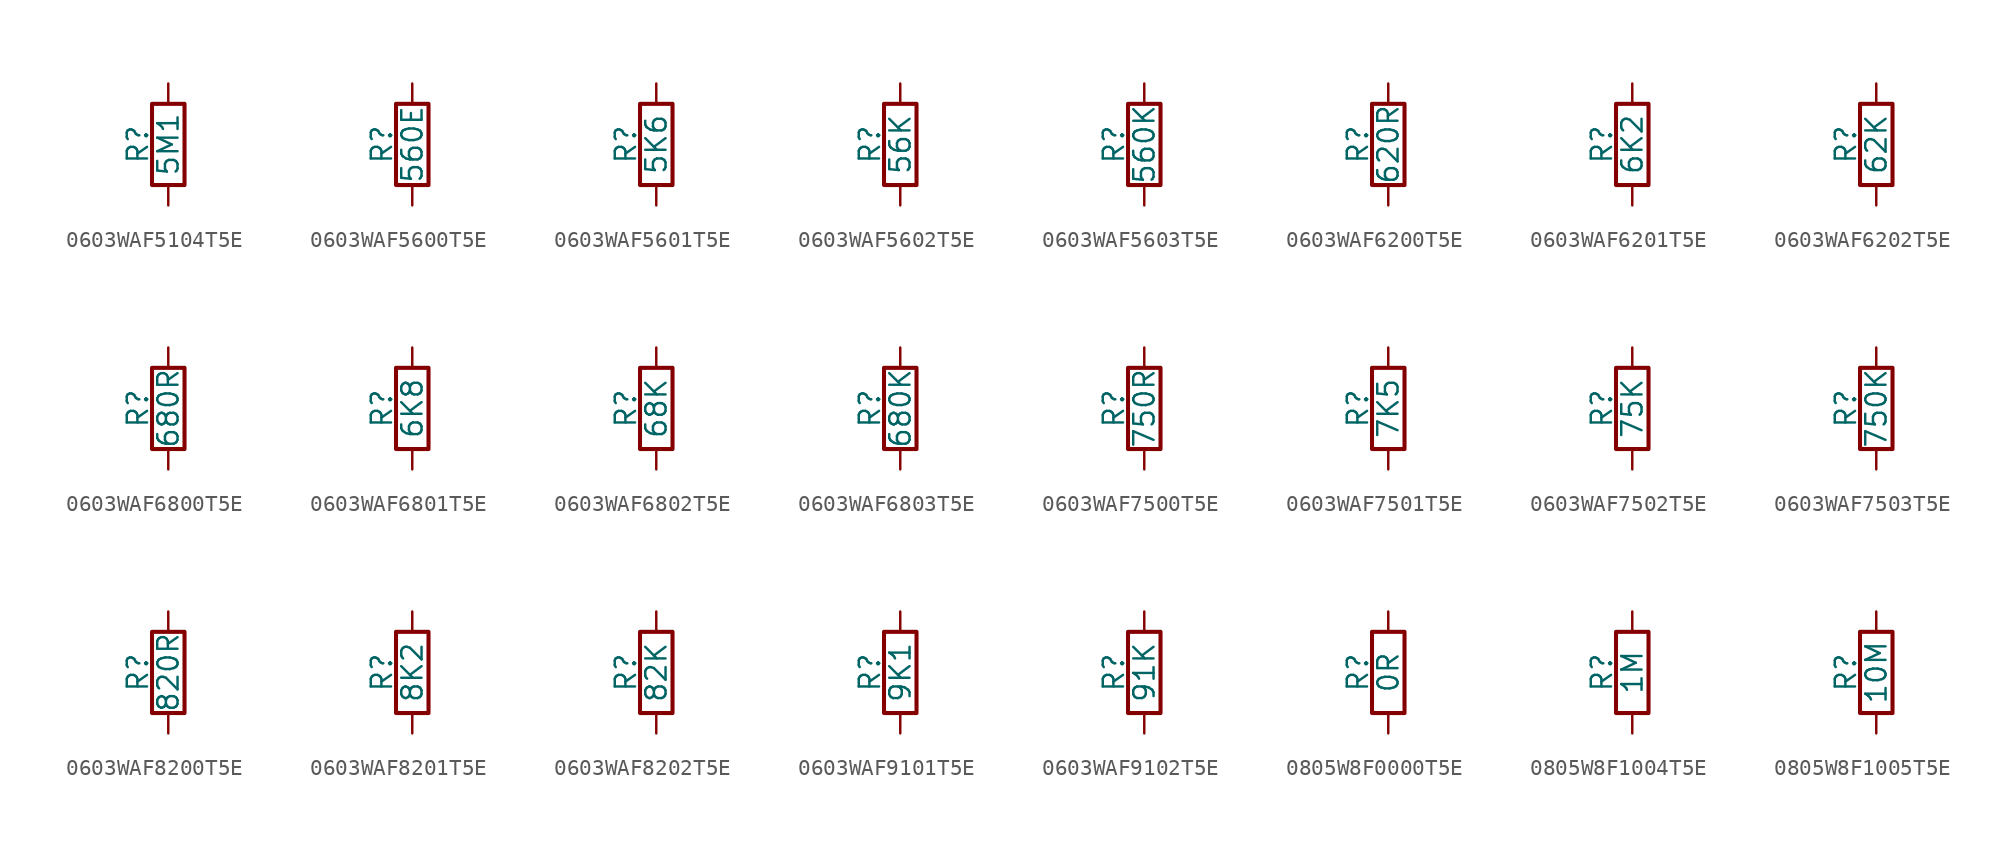
<source format=kicad_sym>
(kicad_symbol_lib
  (version 20211014)
  (generator conandllu_kicad_symbol_generator_20230404_23:29:43)
  (symbol "0603WAF5104T5E"
    (pin_numbers hide)
    (pin_names
      (offset 0))
    (property "Reference" "R"
      (at -1.905 0 90)
      (effects (font (size 1.27 1.27))))
    (property "Value" "5M1"
      (at 0 0 90)
      (effects (font (size 1.27 1.27))))
    (symbol "0603WAF5104T5E_0_1"
      (rectangle (start -1.016 -2.54) (end 1.016 2.54) (stroke (width 0.254) (type default) (color 0 0 0 0)) (fill (type none))))
    (symbol "0603WAF5104T5E_1_1"
      (pin passive line (at 0 3.81 270) (length 1.27) (name "~" (effects (font (size 1.27 1.27)))) (number "1" (effects (font (size 1.27 1.27)))))
      (pin passive line (at 0 -3.81 90) (length 1.27) (name "~" (effects (font (size 1.27 1.27)))) (number "2" (effects (font (size 1.27 1.27)))))))
  (symbol "0603WAF5600T5E"
    (pin_numbers hide)
    (pin_names
      (offset 0))
    (property "Reference" "R"
      (at -1.905 0 90)
      (effects (font (size 1.27 1.27))))
    (property "Value" "560E"
      (at 0 0 90)
      (effects (font (size 1.27 1.27))))
    (symbol "0603WAF5600T5E_0_1"
      (rectangle (start -1.016 -2.54) (end 1.016 2.54) (stroke (width 0.254) (type default) (color 0 0 0 0)) (fill (type none))))
    (symbol "0603WAF5600T5E_1_1"
      (pin passive line (at 0 3.81 270) (length 1.27) (name "~" (effects (font (size 1.27 1.27)))) (number "1" (effects (font (size 1.27 1.27)))))
      (pin passive line (at 0 -3.81 90) (length 1.27) (name "~" (effects (font (size 1.27 1.27)))) (number "2" (effects (font (size 1.27 1.27)))))))
  (symbol "0603WAF5601T5E"
    (pin_numbers hide)
    (pin_names
      (offset 0))
    (property "Reference" "R"
      (at -1.905 0 90)
      (effects (font (size 1.27 1.27))))
    (property "Value" "5K6"
      (at 0 0 90)
      (effects (font (size 1.27 1.27))))
    (symbol "0603WAF5601T5E_0_1"
      (rectangle (start -1.016 -2.54) (end 1.016 2.54) (stroke (width 0.254) (type default) (color 0 0 0 0)) (fill (type none))))
    (symbol "0603WAF5601T5E_1_1"
      (pin passive line (at 0 3.81 270) (length 1.27) (name "~" (effects (font (size 1.27 1.27)))) (number "1" (effects (font (size 1.27 1.27)))))
      (pin passive line (at 0 -3.81 90) (length 1.27) (name "~" (effects (font (size 1.27 1.27)))) (number "2" (effects (font (size 1.27 1.27)))))))
  (symbol "0603WAF5602T5E"
    (pin_numbers hide)
    (pin_names
      (offset 0))
    (property "Reference" "R"
      (at -1.905 0 90)
      (effects (font (size 1.27 1.27))))
    (property "Value" "56K"
      (at 0 0 90)
      (effects (font (size 1.27 1.27))))
    (symbol "0603WAF5602T5E_0_1"
      (rectangle (start -1.016 -2.54) (end 1.016 2.54) (stroke (width 0.254) (type default) (color 0 0 0 0)) (fill (type none))))
    (symbol "0603WAF5602T5E_1_1"
      (pin passive line (at 0 3.81 270) (length 1.27) (name "~" (effects (font (size 1.27 1.27)))) (number "1" (effects (font (size 1.27 1.27)))))
      (pin passive line (at 0 -3.81 90) (length 1.27) (name "~" (effects (font (size 1.27 1.27)))) (number "2" (effects (font (size 1.27 1.27)))))))
  (symbol "0603WAF5603T5E"
    (pin_numbers hide)
    (pin_names
      (offset 0))
    (property "Reference" "R"
      (at -1.905 0 90)
      (effects (font (size 1.27 1.27))))
    (property "Value" "560K"
      (at 0 0 90)
      (effects (font (size 1.27 1.27))))
    (symbol "0603WAF5603T5E_0_1"
      (rectangle (start -1.016 -2.54) (end 1.016 2.54) (stroke (width 0.254) (type default) (color 0 0 0 0)) (fill (type none))))
    (symbol "0603WAF5603T5E_1_1"
      (pin passive line (at 0 3.81 270) (length 1.27) (name "~" (effects (font (size 1.27 1.27)))) (number "1" (effects (font (size 1.27 1.27)))))
      (pin passive line (at 0 -3.81 90) (length 1.27) (name "~" (effects (font (size 1.27 1.27)))) (number "2" (effects (font (size 1.27 1.27)))))))
  (symbol "0603WAF6200T5E"
    (pin_numbers hide)
    (pin_names
      (offset 0))
    (property "Reference" "R"
      (at -1.905 0 90)
      (effects (font (size 1.27 1.27))))
    (property "Value" "620R"
      (at 0 0 90)
      (effects (font (size 1.27 1.27))))
    (symbol "0603WAF6200T5E_0_1"
      (rectangle (start -1.016 -2.54) (end 1.016 2.54) (stroke (width 0.254) (type default) (color 0 0 0 0)) (fill (type none))))
    (symbol "0603WAF6200T5E_1_1"
      (pin passive line (at 0 3.81 270) (length 1.27) (name "~" (effects (font (size 1.27 1.27)))) (number "1" (effects (font (size 1.27 1.27)))))
      (pin passive line (at 0 -3.81 90) (length 1.27) (name "~" (effects (font (size 1.27 1.27)))) (number "2" (effects (font (size 1.27 1.27)))))))
  (symbol "0603WAF6201T5E"
    (pin_numbers hide)
    (pin_names
      (offset 0))
    (property "Reference" "R"
      (at -1.905 0 90)
      (effects (font (size 1.27 1.27))))
    (property "Value" "6K2"
      (at 0 0 90)
      (effects (font (size 1.27 1.27))))
    (symbol "0603WAF6201T5E_0_1"
      (rectangle (start -1.016 -2.54) (end 1.016 2.54) (stroke (width 0.254) (type default) (color 0 0 0 0)) (fill (type none))))
    (symbol "0603WAF6201T5E_1_1"
      (pin passive line (at 0 3.81 270) (length 1.27) (name "~" (effects (font (size 1.27 1.27)))) (number "1" (effects (font (size 1.27 1.27)))))
      (pin passive line (at 0 -3.81 90) (length 1.27) (name "~" (effects (font (size 1.27 1.27)))) (number "2" (effects (font (size 1.27 1.27)))))))
  (symbol "0603WAF6202T5E"
    (pin_numbers hide)
    (pin_names
      (offset 0))
    (property "Reference" "R"
      (at -1.905 0 90)
      (effects (font (size 1.27 1.27))))
    (property "Value" "62K"
      (at 0 0 90)
      (effects (font (size 1.27 1.27))))
    (symbol "0603WAF6202T5E_0_1"
      (rectangle (start -1.016 -2.54) (end 1.016 2.54) (stroke (width 0.254) (type default) (color 0 0 0 0)) (fill (type none))))
    (symbol "0603WAF6202T5E_1_1"
      (pin passive line (at 0 3.81 270) (length 1.27) (name "~" (effects (font (size 1.27 1.27)))) (number "1" (effects (font (size 1.27 1.27)))))
      (pin passive line (at 0 -3.81 90) (length 1.27) (name "~" (effects (font (size 1.27 1.27)))) (number "2" (effects (font (size 1.27 1.27)))))))
  (symbol "0603WAF6800T5E"
    (pin_numbers hide)
    (pin_names
      (offset 0))
    (property "Reference" "R"
      (at -1.905 0 90)
      (effects (font (size 1.27 1.27))))
    (property "Value" "680R"
      (at 0 0 90)
      (effects (font (size 1.27 1.27))))
    (symbol "0603WAF6800T5E_0_1"
      (rectangle (start -1.016 -2.54) (end 1.016 2.54) (stroke (width 0.254) (type default) (color 0 0 0 0)) (fill (type none))))
    (symbol "0603WAF6800T5E_1_1"
      (pin passive line (at 0 3.81 270) (length 1.27) (name "~" (effects (font (size 1.27 1.27)))) (number "1" (effects (font (size 1.27 1.27)))))
      (pin passive line (at 0 -3.81 90) (length 1.27) (name "~" (effects (font (size 1.27 1.27)))) (number "2" (effects (font (size 1.27 1.27)))))))
  (symbol "0603WAF6801T5E"
    (pin_numbers hide)
    (pin_names
      (offset 0))
    (property "Reference" "R"
      (at -1.905 0 90)
      (effects (font (size 1.27 1.27))))
    (property "Value" "6K8"
      (at 0 0 90)
      (effects (font (size 1.27 1.27))))
    (symbol "0603WAF6801T5E_0_1"
      (rectangle (start -1.016 -2.54) (end 1.016 2.54) (stroke (width 0.254) (type default) (color 0 0 0 0)) (fill (type none))))
    (symbol "0603WAF6801T5E_1_1"
      (pin passive line (at 0 3.81 270) (length 1.27) (name "~" (effects (font (size 1.27 1.27)))) (number "1" (effects (font (size 1.27 1.27)))))
      (pin passive line (at 0 -3.81 90) (length 1.27) (name "~" (effects (font (size 1.27 1.27)))) (number "2" (effects (font (size 1.27 1.27)))))))
  (symbol "0603WAF6802T5E"
    (pin_numbers hide)
    (pin_names
      (offset 0))
    (property "Reference" "R"
      (at -1.905 0 90)
      (effects (font (size 1.27 1.27))))
    (property "Value" "68K"
      (at 0 0 90)
      (effects (font (size 1.27 1.27))))
    (symbol "0603WAF6802T5E_0_1"
      (rectangle (start -1.016 -2.54) (end 1.016 2.54) (stroke (width 0.254) (type default) (color 0 0 0 0)) (fill (type none))))
    (symbol "0603WAF6802T5E_1_1"
      (pin passive line (at 0 3.81 270) (length 1.27) (name "~" (effects (font (size 1.27 1.27)))) (number "1" (effects (font (size 1.27 1.27)))))
      (pin passive line (at 0 -3.81 90) (length 1.27) (name "~" (effects (font (size 1.27 1.27)))) (number "2" (effects (font (size 1.27 1.27)))))))
  (symbol "0603WAF6803T5E"
    (pin_numbers hide)
    (pin_names
      (offset 0))
    (property "Reference" "R"
      (at -1.905 0 90)
      (effects (font (size 1.27 1.27))))
    (property "Value" "680K"
      (at 0 0 90)
      (effects (font (size 1.27 1.27))))
    (symbol "0603WAF6803T5E_0_1"
      (rectangle (start -1.016 -2.54) (end 1.016 2.54) (stroke (width 0.254) (type default) (color 0 0 0 0)) (fill (type none))))
    (symbol "0603WAF6803T5E_1_1"
      (pin passive line (at 0 3.81 270) (length 1.27) (name "~" (effects (font (size 1.27 1.27)))) (number "1" (effects (font (size 1.27 1.27)))))
      (pin passive line (at 0 -3.81 90) (length 1.27) (name "~" (effects (font (size 1.27 1.27)))) (number "2" (effects (font (size 1.27 1.27)))))))
  (symbol "0603WAF7500T5E"
    (pin_numbers hide)
    (pin_names
      (offset 0))
    (property "Reference" "R"
      (at -1.905 0 90)
      (effects (font (size 1.27 1.27))))
    (property "Value" "750R"
      (at 0 0 90)
      (effects (font (size 1.27 1.27))))
    (symbol "0603WAF7500T5E_0_1"
      (rectangle (start -1.016 -2.54) (end 1.016 2.54) (stroke (width 0.254) (type default) (color 0 0 0 0)) (fill (type none))))
    (symbol "0603WAF7500T5E_1_1"
      (pin passive line (at 0 3.81 270) (length 1.27) (name "~" (effects (font (size 1.27 1.27)))) (number "1" (effects (font (size 1.27 1.27)))))
      (pin passive line (at 0 -3.81 90) (length 1.27) (name "~" (effects (font (size 1.27 1.27)))) (number "2" (effects (font (size 1.27 1.27)))))))
  (symbol "0603WAF7501T5E"
    (pin_numbers hide)
    (pin_names
      (offset 0))
    (property "Reference" "R"
      (at -1.905 0 90)
      (effects (font (size 1.27 1.27))))
    (property "Value" "7K5"
      (at 0 0 90)
      (effects (font (size 1.27 1.27))))
    (symbol "0603WAF7501T5E_0_1"
      (rectangle (start -1.016 -2.54) (end 1.016 2.54) (stroke (width 0.254) (type default) (color 0 0 0 0)) (fill (type none))))
    (symbol "0603WAF7501T5E_1_1"
      (pin passive line (at 0 3.81 270) (length 1.27) (name "~" (effects (font (size 1.27 1.27)))) (number "1" (effects (font (size 1.27 1.27)))))
      (pin passive line (at 0 -3.81 90) (length 1.27) (name "~" (effects (font (size 1.27 1.27)))) (number "2" (effects (font (size 1.27 1.27)))))))
  (symbol "0603WAF7502T5E"
    (pin_numbers hide)
    (pin_names
      (offset 0))
    (property "Reference" "R"
      (at -1.905 0 90)
      (effects (font (size 1.27 1.27))))
    (property "Value" "75K"
      (at 0 0 90)
      (effects (font (size 1.27 1.27))))
    (symbol "0603WAF7502T5E_0_1"
      (rectangle (start -1.016 -2.54) (end 1.016 2.54) (stroke (width 0.254) (type default) (color 0 0 0 0)) (fill (type none))))
    (symbol "0603WAF7502T5E_1_1"
      (pin passive line (at 0 3.81 270) (length 1.27) (name "~" (effects (font (size 1.27 1.27)))) (number "1" (effects (font (size 1.27 1.27)))))
      (pin passive line (at 0 -3.81 90) (length 1.27) (name "~" (effects (font (size 1.27 1.27)))) (number "2" (effects (font (size 1.27 1.27)))))))
  (symbol "0603WAF7503T5E"
    (pin_numbers hide)
    (pin_names
      (offset 0))
    (property "Reference" "R"
      (at -1.905 0 90)
      (effects (font (size 1.27 1.27))))
    (property "Value" "750K"
      (at 0 0 90)
      (effects (font (size 1.27 1.27))))
    (symbol "0603WAF7503T5E_0_1"
      (rectangle (start -1.016 -2.54) (end 1.016 2.54) (stroke (width 0.254) (type default) (color 0 0 0 0)) (fill (type none))))
    (symbol "0603WAF7503T5E_1_1"
      (pin passive line (at 0 3.81 270) (length 1.27) (name "~" (effects (font (size 1.27 1.27)))) (number "1" (effects (font (size 1.27 1.27)))))
      (pin passive line (at 0 -3.81 90) (length 1.27) (name "~" (effects (font (size 1.27 1.27)))) (number "2" (effects (font (size 1.27 1.27)))))))
  (symbol "0603WAF8200T5E"
    (pin_numbers hide)
    (pin_names
      (offset 0))
    (property "Reference" "R"
      (at -1.905 0 90)
      (effects (font (size 1.27 1.27))))
    (property "Value" "820R"
      (at 0 0 90)
      (effects (font (size 1.27 1.27))))
    (symbol "0603WAF8200T5E_0_1"
      (rectangle (start -1.016 -2.54) (end 1.016 2.54) (stroke (width 0.254) (type default) (color 0 0 0 0)) (fill (type none))))
    (symbol "0603WAF8200T5E_1_1"
      (pin passive line (at 0 3.81 270) (length 1.27) (name "~" (effects (font (size 1.27 1.27)))) (number "1" (effects (font (size 1.27 1.27)))))
      (pin passive line (at 0 -3.81 90) (length 1.27) (name "~" (effects (font (size 1.27 1.27)))) (number "2" (effects (font (size 1.27 1.27)))))))
  (symbol "0603WAF8201T5E"
    (pin_numbers hide)
    (pin_names
      (offset 0))
    (property "Reference" "R"
      (at -1.905 0 90)
      (effects (font (size 1.27 1.27))))
    (property "Value" "8K2"
      (at 0 0 90)
      (effects (font (size 1.27 1.27))))
    (symbol "0603WAF8201T5E_0_1"
      (rectangle (start -1.016 -2.54) (end 1.016 2.54) (stroke (width 0.254) (type default) (color 0 0 0 0)) (fill (type none))))
    (symbol "0603WAF8201T5E_1_1"
      (pin passive line (at 0 3.81 270) (length 1.27) (name "~" (effects (font (size 1.27 1.27)))) (number "1" (effects (font (size 1.27 1.27)))))
      (pin passive line (at 0 -3.81 90) (length 1.27) (name "~" (effects (font (size 1.27 1.27)))) (number "2" (effects (font (size 1.27 1.27)))))))
  (symbol "0603WAF8202T5E"
    (pin_numbers hide)
    (pin_names
      (offset 0))
    (property "Reference" "R"
      (at -1.905 0 90)
      (effects (font (size 1.27 1.27))))
    (property "Value" "82K"
      (at 0 0 90)
      (effects (font (size 1.27 1.27))))
    (symbol "0603WAF8202T5E_0_1"
      (rectangle (start -1.016 -2.54) (end 1.016 2.54) (stroke (width 0.254) (type default) (color 0 0 0 0)) (fill (type none))))
    (symbol "0603WAF8202T5E_1_1"
      (pin passive line (at 0 3.81 270) (length 1.27) (name "~" (effects (font (size 1.27 1.27)))) (number "1" (effects (font (size 1.27 1.27)))))
      (pin passive line (at 0 -3.81 90) (length 1.27) (name "~" (effects (font (size 1.27 1.27)))) (number "2" (effects (font (size 1.27 1.27)))))))
  (symbol "0603WAF9101T5E"
    (pin_numbers hide)
    (pin_names
      (offset 0))
    (property "Reference" "R"
      (at -1.905 0 90)
      (effects (font (size 1.27 1.27))))
    (property "Value" "9K1"
      (at 0 0 90)
      (effects (font (size 1.27 1.27))))
    (symbol "0603WAF9101T5E_0_1"
      (rectangle (start -1.016 -2.54) (end 1.016 2.54) (stroke (width 0.254) (type default) (color 0 0 0 0)) (fill (type none))))
    (symbol "0603WAF9101T5E_1_1"
      (pin passive line (at 0 3.81 270) (length 1.27) (name "~" (effects (font (size 1.27 1.27)))) (number "1" (effects (font (size 1.27 1.27)))))
      (pin passive line (at 0 -3.81 90) (length 1.27) (name "~" (effects (font (size 1.27 1.27)))) (number "2" (effects (font (size 1.27 1.27)))))))
  (symbol "0603WAF9102T5E"
    (pin_numbers hide)
    (pin_names
      (offset 0))
    (property "Reference" "R"
      (at -1.905 0 90)
      (effects (font (size 1.27 1.27))))
    (property "Value" "91K"
      (at 0 0 90)
      (effects (font (size 1.27 1.27))))
    (symbol "0603WAF9102T5E_0_1"
      (rectangle (start -1.016 -2.54) (end 1.016 2.54) (stroke (width 0.254) (type default) (color 0 0 0 0)) (fill (type none))))
    (symbol "0603WAF9102T5E_1_1"
      (pin passive line (at 0 3.81 270) (length 1.27) (name "~" (effects (font (size 1.27 1.27)))) (number "1" (effects (font (size 1.27 1.27)))))
      (pin passive line (at 0 -3.81 90) (length 1.27) (name "~" (effects (font (size 1.27 1.27)))) (number "2" (effects (font (size 1.27 1.27)))))))
  (symbol "0805W8F0000T5E"
    (pin_numbers hide)
    (pin_names
      (offset 0))
    (property "Reference" "R"
      (at -1.905 0 90)
      (effects (font (size 1.27 1.27))))
    (property "Value" "0R"
      (at 0 0 90)
      (effects (font (size 1.27 1.27))))
    (symbol "0805W8F0000T5E_0_1"
      (rectangle (start -1.016 -2.54) (end 1.016 2.54) (stroke (width 0.254) (type default) (color 0 0 0 0)) (fill (type none))))
    (symbol "0805W8F0000T5E_1_1"
      (pin passive line (at 0 3.81 270) (length 1.27) (name "~" (effects (font (size 1.27 1.27)))) (number "1" (effects (font (size 1.27 1.27)))))
      (pin passive line (at 0 -3.81 90) (length 1.27) (name "~" (effects (font (size 1.27 1.27)))) (number "2" (effects (font (size 1.27 1.27)))))))
  (symbol "0805W8F1004T5E"
    (pin_numbers hide)
    (pin_names
      (offset 0))
    (property "Reference" "R"
      (at -1.905 0 90)
      (effects (font (size 1.27 1.27))))
    (property "Value" "1M"
      (at 0 0 90)
      (effects (font (size 1.27 1.27))))
    (symbol "0805W8F1004T5E_0_1"
      (rectangle (start -1.016 -2.54) (end 1.016 2.54) (stroke (width 0.254) (type default) (color 0 0 0 0)) (fill (type none))))
    (symbol "0805W8F1004T5E_1_1"
      (pin passive line (at 0 3.81 270) (length 1.27) (name "~" (effects (font (size 1.27 1.27)))) (number "1" (effects (font (size 1.27 1.27)))))
      (pin passive line (at 0 -3.81 90) (length 1.27) (name "~" (effects (font (size 1.27 1.27)))) (number "2" (effects (font (size 1.27 1.27)))))))
  (symbol "0805W8F1005T5E"
    (pin_numbers hide)
    (pin_names
      (offset 0))
    (property "Reference" "R"
      (at -1.905 0 90)
      (effects (font (size 1.27 1.27))))
    (property "Value" "10M"
      (at 0 0 90)
      (effects (font (size 1.27 1.27))))
    (symbol "0805W8F1005T5E_0_1"
      (rectangle (start -1.016 -2.54) (end 1.016 2.54) (stroke (width 0.254) (type default) (color 0 0 0 0)) (fill (type none))))
    (symbol "0805W8F1005T5E_1_1"
      (pin passive line (at 0 3.81 270) (length 1.27) (name "~" (effects (font (size 1.27 1.27)))) (number "1" (effects (font (size 1.27 1.27)))))
      (pin passive line (at 0 -3.81 90) (length 1.27) (name "~" (effects (font (size 1.27 1.27)))) (number "2" (effects (font (size 1.27 1.27))))))))
</source>
